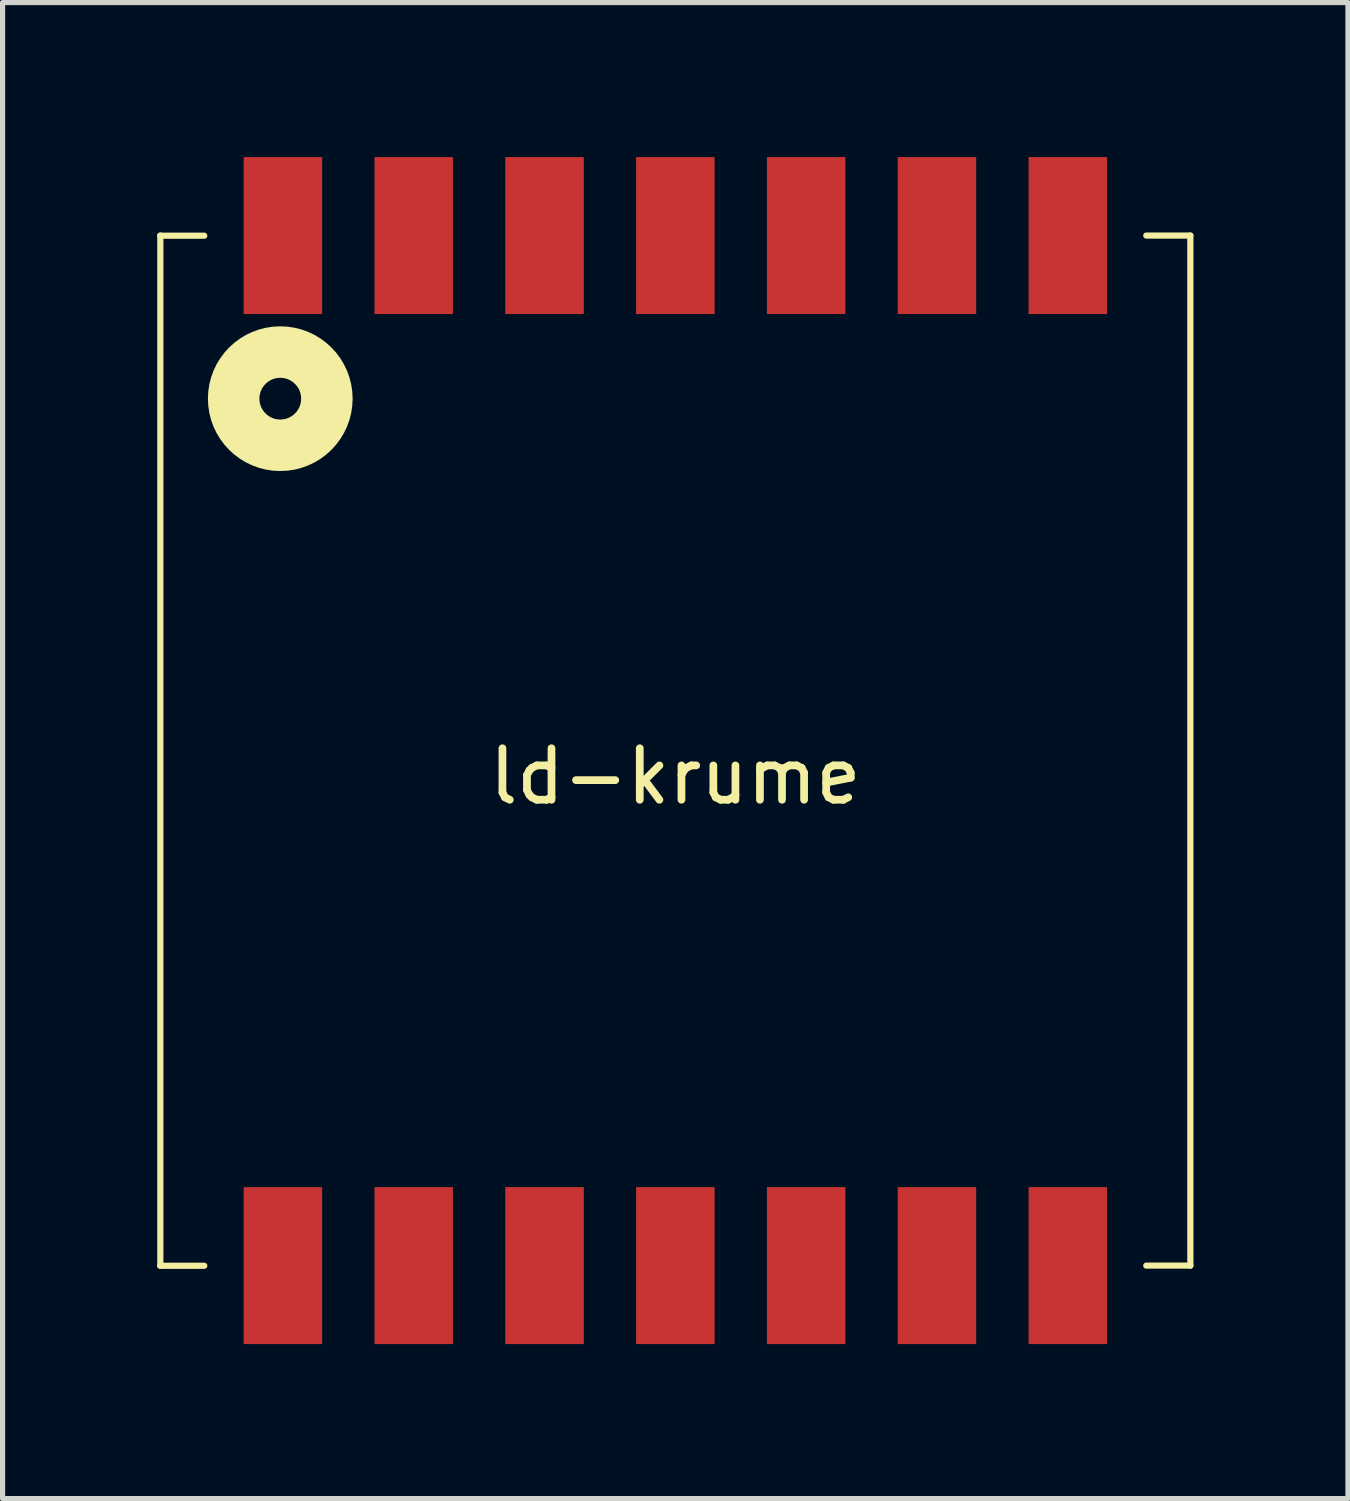
<source format=kicad_pcb>
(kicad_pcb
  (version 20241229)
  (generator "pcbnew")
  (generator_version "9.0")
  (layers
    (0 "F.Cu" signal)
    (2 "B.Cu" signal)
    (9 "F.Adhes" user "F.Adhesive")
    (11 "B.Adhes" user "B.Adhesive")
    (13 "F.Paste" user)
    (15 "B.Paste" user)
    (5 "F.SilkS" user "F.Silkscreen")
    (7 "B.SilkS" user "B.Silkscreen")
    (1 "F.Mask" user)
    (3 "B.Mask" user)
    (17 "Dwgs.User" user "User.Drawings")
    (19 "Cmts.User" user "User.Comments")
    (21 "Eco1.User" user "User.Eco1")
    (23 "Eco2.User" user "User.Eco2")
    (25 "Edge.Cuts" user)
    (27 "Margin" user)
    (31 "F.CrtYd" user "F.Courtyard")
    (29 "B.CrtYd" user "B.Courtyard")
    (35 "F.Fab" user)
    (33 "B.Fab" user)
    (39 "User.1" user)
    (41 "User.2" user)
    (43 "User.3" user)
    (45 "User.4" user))
  (footprint "ld-krume"
    (layer "F.Cu")
    (at 10.063 11.524)
    (property "Reference" "ld-krume" (at 0 0.5 0) (layer "F.SilkS") (effects (font (size 1 1) (thickness 0.15))))
    (attr through_hole)
    (fp_line (start -10.003 -9.997) (end -9.147 -9.997) (stroke (width 0.12) (type solid)) (layer "F.SilkS"))
    (fp_line (start -10.003 10.003) (end -9.147 10.003) (stroke (width 0.12) (type solid)) (layer "F.SilkS"))
    (fp_line (start -10 -10) (end -10 10) (stroke (width 0.12) (type solid)) (layer "F.SilkS"))
    (fp_line (start 9.144 -10) (end 10 -10) (stroke (width 0.12) (type solid)) (layer "F.SilkS"))
    (fp_line (start 9.144 10) (end 10 10) (stroke (width 0.12) (type solid)) (layer "F.SilkS"))
    (fp_line (start 10 -10) (end 10 10) (stroke (width 0.12) (type solid)) (layer "F.SilkS"))
    (fp_circle (center -7.671 -6.833) (end -7.266 -6.833) (stroke (width 1) (type solid)) (fill no) (layer "F.SilkS"))
    (pad "1" smd rect (at -7.62 -10) (size 1.524 3.048) (layers "F.Cu" "F.Mask" "F.Paste"))
    (pad "2" smd rect (at -5.08 -10) (size 1.524 3.048) (layers "F.Cu" "F.Mask" "F.Paste"))
    (pad "3" smd rect (at -2.54 -10) (size 1.524 3.048) (layers "F.Cu" "F.Mask" "F.Paste"))
    (pad "4" smd rect (at 0 -10) (size 1.524 3.048) (layers "F.Cu" "F.Mask" "F.Paste"))
    (pad "5" smd rect (at 2.54 -10) (size 1.524 3.048) (layers "F.Cu" "F.Mask" "F.Paste"))
    (pad "6" smd rect (at 5.08 -10) (size 1.524 3.048) (layers "F.Cu" "F.Mask" "F.Paste"))
    (pad "7" smd rect (at 7.62 -10) (size 1.524 3.048) (layers "F.Cu" "F.Mask" "F.Paste"))
    (pad "8" smd rect (at -7.62 10) (size 1.524 3.048) (layers "F.Cu" "F.Mask" "F.Paste"))
    (pad "9" smd rect (at -5.08 10) (size 1.524 3.048) (layers "F.Cu" "F.Mask" "F.Paste"))
    (pad "10" smd rect (at -2.54 10) (size 1.524 3.048) (layers "F.Cu" "F.Mask" "F.Paste"))
    (pad "11" smd rect (at 0 10) (size 1.524 3.048) (layers "F.Cu" "F.Mask" "F.Paste"))
    (pad "12" smd rect (at 2.54 10) (size 1.524 3.048) (layers "F.Cu" "F.Mask" "F.Paste"))
    (pad "13" smd rect (at 5.08 10) (size 1.524 3.048) (layers "F.Cu" "F.Mask" "F.Paste"))
    (pad "14" smd rect (at 7.62 10) (size 1.524 3.048) (layers "F.Cu" "F.Mask" "F.Paste")))
  (gr_rect
    (start -3 -3)
    (end 23.123 26.048)
    (stroke (width 0.1) (type default))
    (fill no)
    (layer "Edge.Cuts")))
</source>
